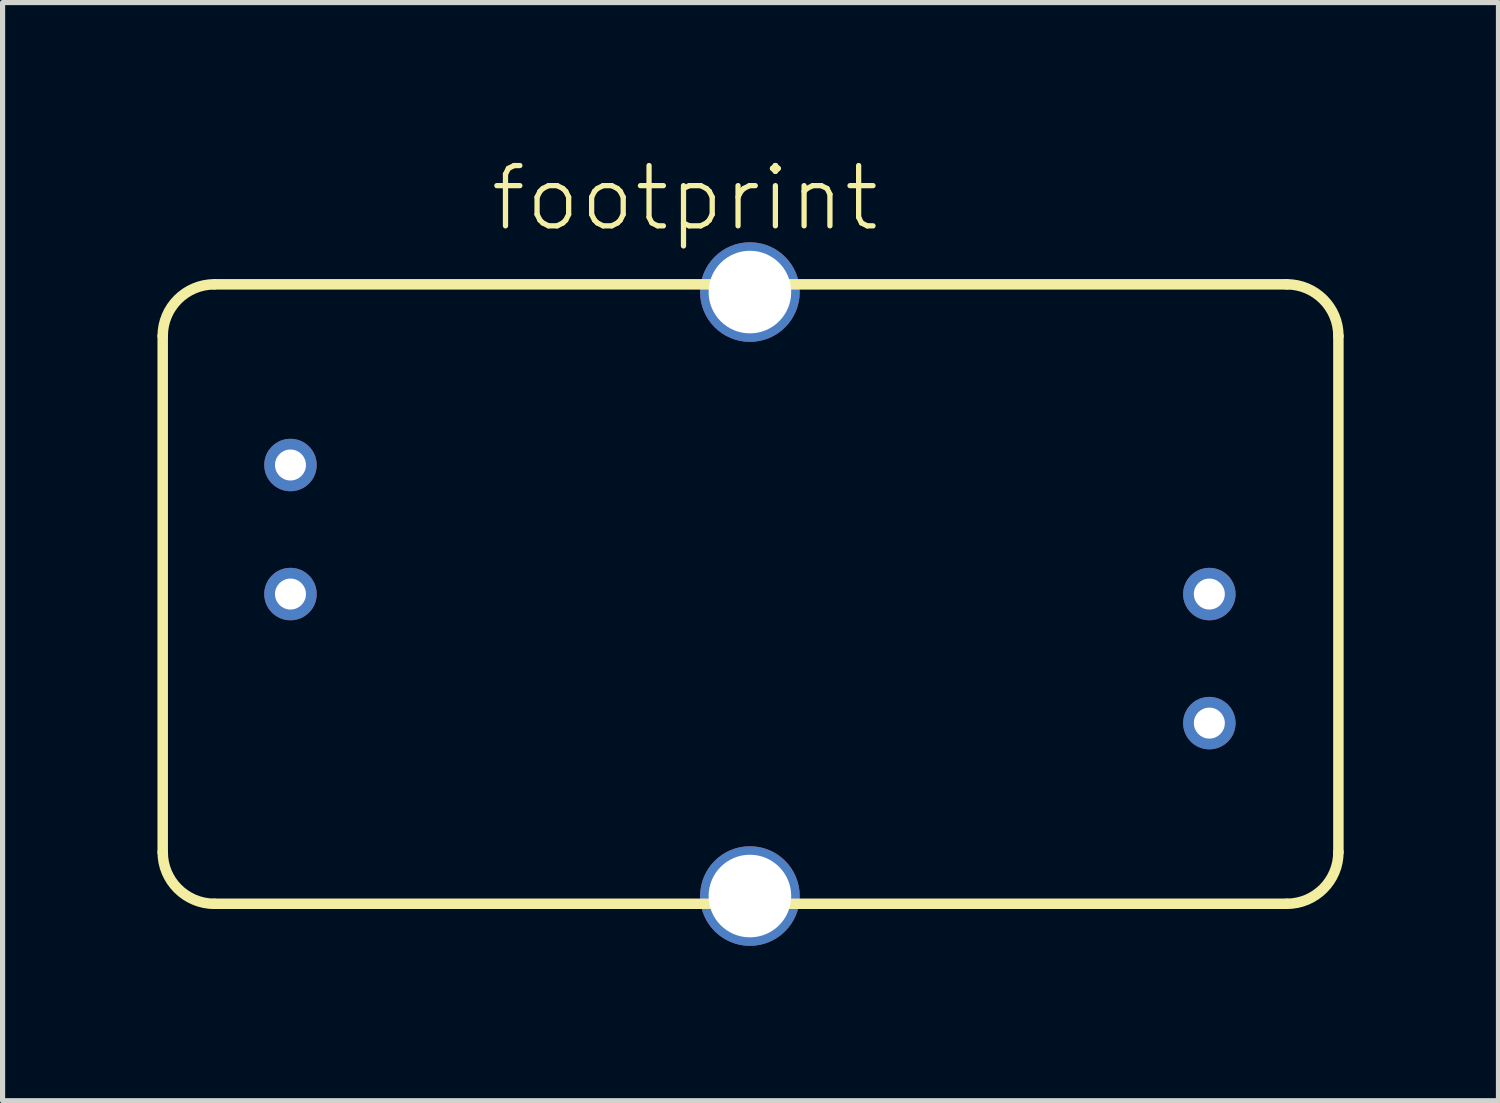
<source format=kicad_pcb>
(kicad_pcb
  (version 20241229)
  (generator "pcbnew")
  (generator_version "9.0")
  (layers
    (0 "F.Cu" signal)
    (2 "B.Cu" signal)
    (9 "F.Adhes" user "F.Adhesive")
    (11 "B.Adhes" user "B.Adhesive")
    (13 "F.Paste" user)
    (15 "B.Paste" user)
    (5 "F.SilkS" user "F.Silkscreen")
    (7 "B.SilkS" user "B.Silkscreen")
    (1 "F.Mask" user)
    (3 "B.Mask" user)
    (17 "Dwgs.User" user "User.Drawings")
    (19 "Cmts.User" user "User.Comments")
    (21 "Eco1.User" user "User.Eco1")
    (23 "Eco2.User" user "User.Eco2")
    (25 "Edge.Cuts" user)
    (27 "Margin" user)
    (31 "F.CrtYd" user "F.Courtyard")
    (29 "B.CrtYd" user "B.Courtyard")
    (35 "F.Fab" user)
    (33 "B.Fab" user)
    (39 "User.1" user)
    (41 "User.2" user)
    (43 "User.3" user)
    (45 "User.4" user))
  (footprint "footprint"
    (layer "F.Cu")
    (at 11.477 8.458)
    (property "Reference" "footprint" (at -5.08 -6.985 0) (layer "F.SilkS") (effects (font (size 1.168 1.168) (thickness 0.102)) (justify left bottom)))
    (fp_line (start -11.375 -5) (end -11.375 5) (stroke (width 0.203) (type solid)) (layer "F.SilkS"))
    (fp_line (start -10.375 6) (end 10.4 6) (stroke (width 0.203) (type solid)) (layer "F.SilkS"))
    (fp_line (start 10.4 -6) (end -10.375 -6) (stroke (width 0.203) (type solid)) (layer "F.SilkS"))
    (fp_line (start 11.4 5) (end 11.4 -5) (stroke (width 0.203) (type solid)) (layer "F.SilkS"))
    (fp_arc (start -11.375 -5) (mid -11.082107 -5.707107) (end -10.375 -6) (stroke (width 0.2032) (type solid)) (layer "F.SilkS"))
    (fp_arc (start -10.375 6) (mid -11.082107 5.707107) (end -11.375 5) (stroke (width 0.2032) (type solid)) (layer "F.SilkS"))
    (fp_arc (start 10.4 -6) (mid 11.107107 -5.707107) (end 11.4 -5) (stroke (width 0.2032) (type solid)) (layer "F.SilkS"))
    (fp_arc (start 11.4 5) (mid 11.107107 5.707107) (end 10.4 6) (stroke (width 0.2032) (type solid)) (layer "F.SilkS"))
    (pad "1" thru_hole circle (at -8.9 -2.5) (size 1.016 1.016) (drill 0.6) (layers "*.Cu" "*.Mask"))
    (pad "2" thru_hole circle (at -8.9 0) (size 1.016 1.016) (drill 0.6) (layers "*.Cu" "*.Mask"))
    (pad "3" thru_hole circle (at 8.9 0 180) (size 1.016 1.016) (drill 0.6) (layers "*.Cu" "*.Mask"))
    (pad "4" thru_hole circle (at 8.9 2.5 180) (size 1.016 1.016) (drill 0.6) (layers "*.Cu" "*.Mask"))
    (pad "S@1" thru_hole circle (at 0 -5.85) (size 1.93 1.93) (drill 1.6) (layers "*.Cu" "*.Mask"))
    (pad "S@2" thru_hole circle (at 0 5.85) (size 1.93 1.93) (drill 1.6) (layers "*.Cu" "*.Mask")))
  (gr_rect
    (start -3 -3)
    (end 25.978 18.273)
    (stroke (width 0.1) (type default))
    (fill no)
    (layer "Edge.Cuts")))
</source>
